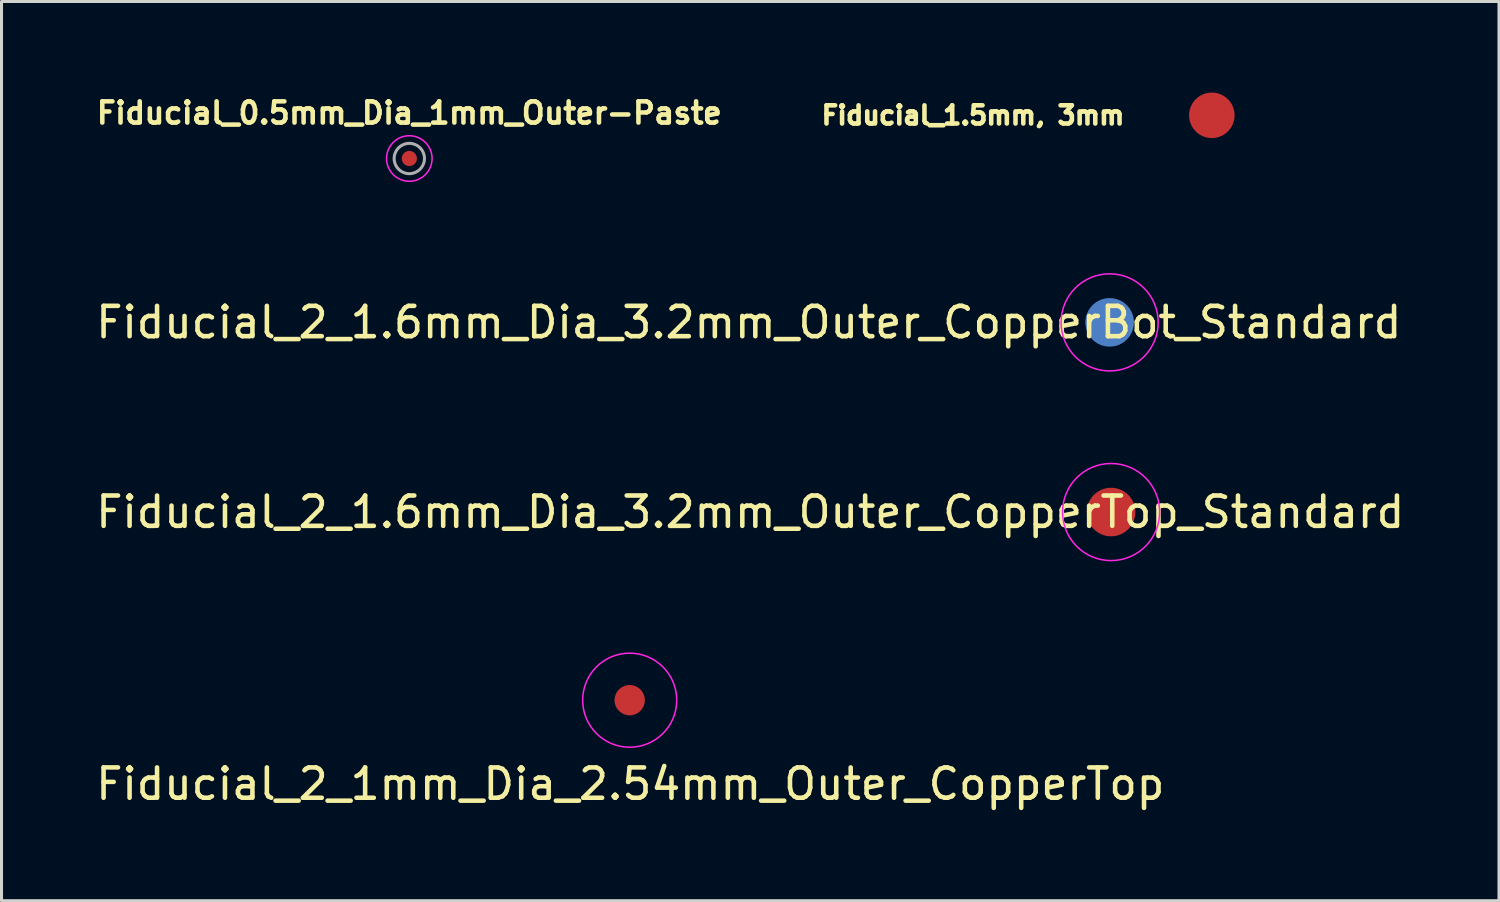
<source format=kicad_pcb>
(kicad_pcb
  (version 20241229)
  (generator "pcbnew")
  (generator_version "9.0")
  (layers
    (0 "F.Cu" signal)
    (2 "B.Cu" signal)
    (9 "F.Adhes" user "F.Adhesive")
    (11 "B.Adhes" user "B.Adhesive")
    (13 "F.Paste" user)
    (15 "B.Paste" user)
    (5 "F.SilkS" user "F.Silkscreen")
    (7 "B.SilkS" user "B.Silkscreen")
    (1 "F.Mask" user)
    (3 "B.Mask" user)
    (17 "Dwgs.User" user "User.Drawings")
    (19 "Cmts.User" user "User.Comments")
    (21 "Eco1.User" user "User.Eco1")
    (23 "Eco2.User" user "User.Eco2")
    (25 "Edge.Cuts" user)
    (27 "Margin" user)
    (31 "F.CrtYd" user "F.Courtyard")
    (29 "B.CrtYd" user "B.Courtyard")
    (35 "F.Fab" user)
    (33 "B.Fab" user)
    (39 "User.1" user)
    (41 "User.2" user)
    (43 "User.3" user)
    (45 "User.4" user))
  (footprint "Fiducial_0.5mm_Dia_1mm_Outer-Paste"
    (layer "F.Cu")
    (at 10.438 2.173)
    (property "Reference" "Fiducial_0.5mm_Dia_1mm_Outer-Paste" (at 0 -1.5 0) (layer "F.SilkS") (effects (font (size 0.7 0.7) (thickness 0.15))))
    (attr exclude_from_pos_files exclude_from_bom)
    (fp_circle (center 0 0) (end 0.75 0) (stroke (width 0.05) (type solid)) (fill no) (layer "F.CrtYd"))
    (fp_circle (center 0 0) (end 0.5 0) (stroke (width 0.1) (type solid)) (fill no) (layer "F.Fab"))
    (pad "~" smd circle (at 0 0) (size 0.5 0.5) (layers "F.Cu" "F.Mask" "F.Paste")))
  (footprint "Fiducial_1.5mm, 3mm"
    (layer "F.Cu")
    (at 36.883 0.75)
    (property "Reference" "Fiducial_1.5mm, 3mm" (at -7.87 0 0) (layer "F.SilkS") (effects (font (size 0.6 0.6) (thickness 0.15))))
    (attr through_hole)
    (pad "1" smd circle (at 0 0) (size 1.5 1.5) (layers "F.Cu" "F.Mask" "F.Paste")))
  (footprint "Fiducial_2_1.6mm_Dia_3.2mm_Outer_CopperBot_Standard"
    (layer "F.Cu")
    (at 33.515 7.573)
    (property "Reference" "Fiducial_2_1.6mm_Dia_3.2mm_Outer_CopperBot_Standard" (at -11.89 0 0) (layer "F.SilkS") (effects (font (size 1 1) (thickness 0.15))))
    (attr smd)
    (fp_circle (center 0 0) (end 1.6 0) (stroke (width 0.05) (type solid)) (fill no) (layer "F.CrtYd"))
    (pad "~" smd circle (at 0 0) (size 1.6 1.6) (layers "B.Cu" "B.Mask")))
  (footprint "Fiducial_2_1.6mm_Dia_3.2mm_Outer_CopperTop_Standard"
    (layer "F.Cu")
    (at 33.563 13.823)
    (property "Reference" "Fiducial_2_1.6mm_Dia_3.2mm_Outer_CopperTop_Standard" (at -11.89 0 0) (layer "F.SilkS") (effects (font (size 1 1) (thickness 0.15))))
    (attr smd)
    (fp_circle (center 0 0) (end 1.6 0) (stroke (width 0.05) (type solid)) (fill no) (layer "F.CrtYd"))
    (pad "~" smd circle (at 0 0) (size 1.6 1.6) (layers "F.Cu" "F.Mask")))
  (footprint "Fiducial_2_1mm_Dia_2.54mm_Outer_CopperTop"
    (layer "F.Cu")
    (at 17.7 20.023)
    (property "Reference" "Fiducial_2_1mm_Dia_2.54mm_Outer_CopperTop" (at 0.02 2.76 0) (layer "F.SilkS") (effects (font (size 1 1) (thickness 0.15))))
    (attr smd)
    (fp_circle (center 0 0) (end 1.55 0) (stroke (width 0.05) (type solid)) (fill no) (layer "F.CrtYd"))
    (pad "~" smd circle (at 0 0) (size 1 1) (layers "F.Cu" "F.Mask")))
  (gr_rect
    (start -3 -3)
    (end 46.345 26.631)
    (stroke (width 0.1) (type default))
    (fill no)
    (layer "Edge.Cuts")))
</source>
